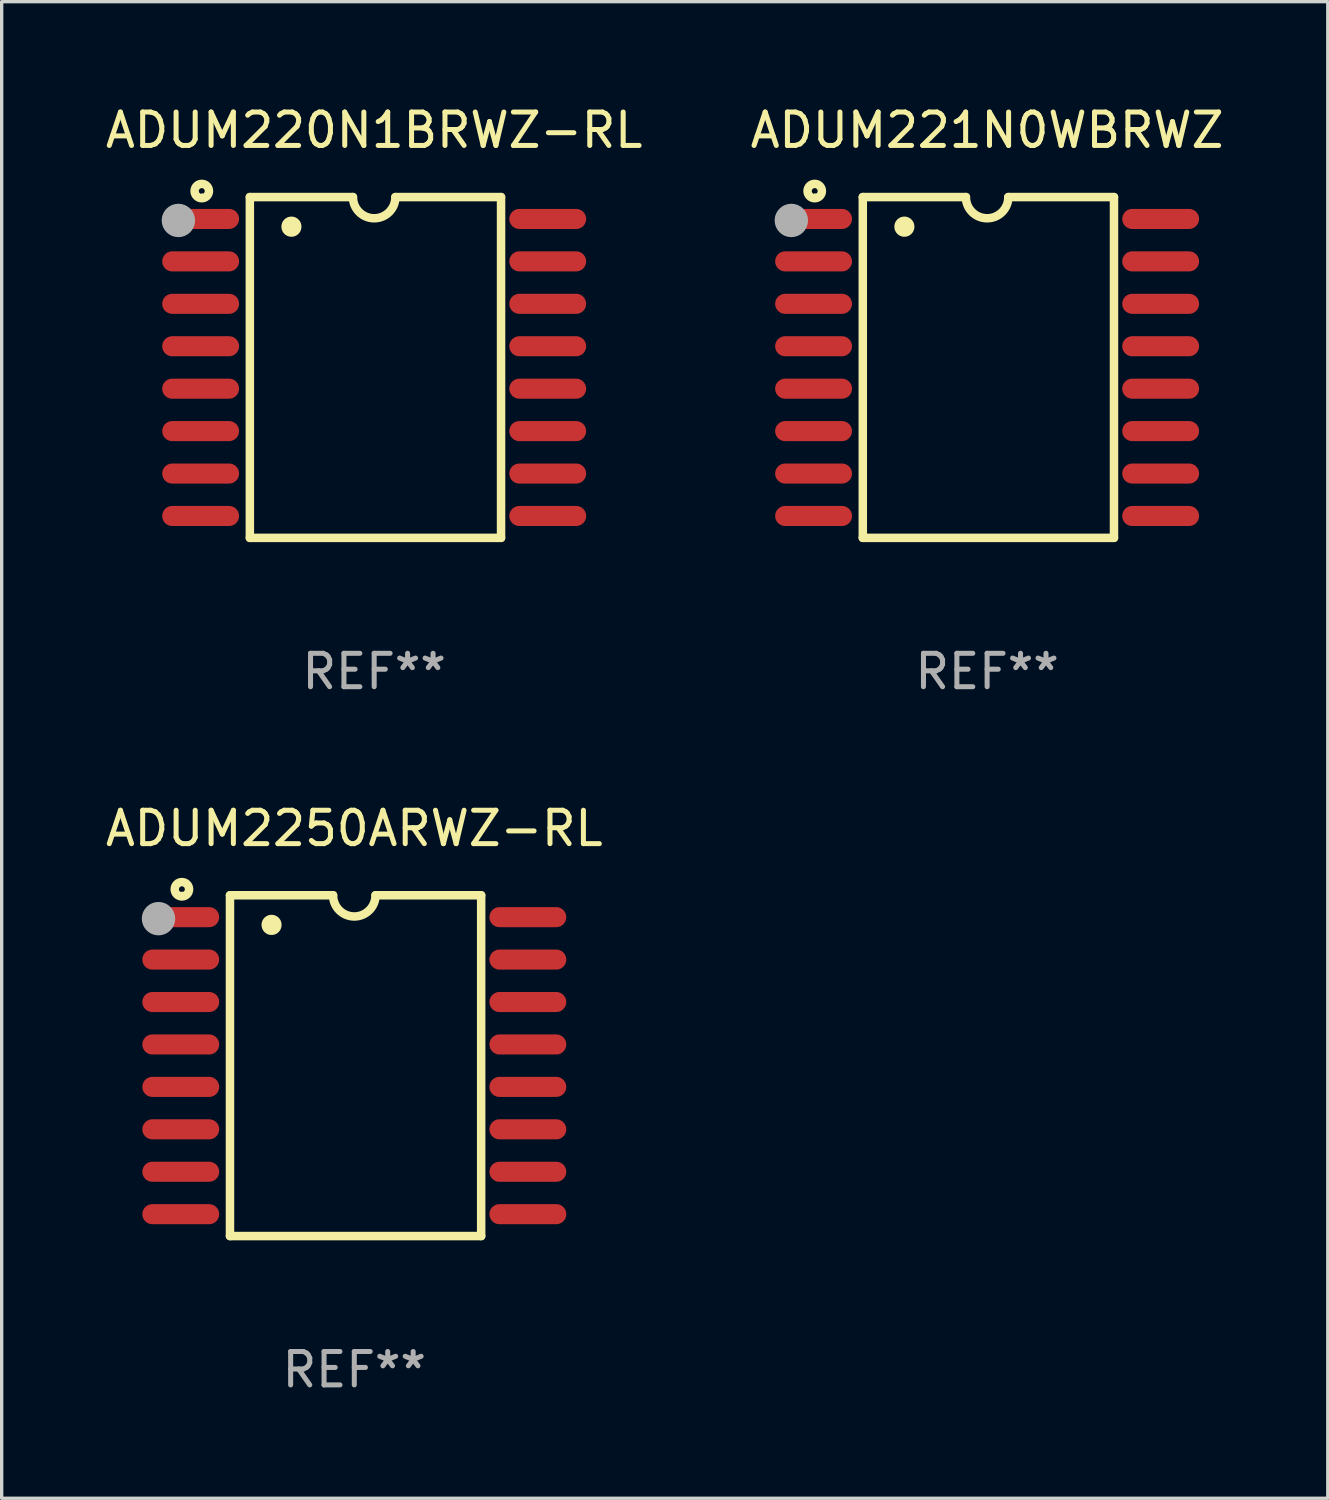
<source format=kicad_pcb>
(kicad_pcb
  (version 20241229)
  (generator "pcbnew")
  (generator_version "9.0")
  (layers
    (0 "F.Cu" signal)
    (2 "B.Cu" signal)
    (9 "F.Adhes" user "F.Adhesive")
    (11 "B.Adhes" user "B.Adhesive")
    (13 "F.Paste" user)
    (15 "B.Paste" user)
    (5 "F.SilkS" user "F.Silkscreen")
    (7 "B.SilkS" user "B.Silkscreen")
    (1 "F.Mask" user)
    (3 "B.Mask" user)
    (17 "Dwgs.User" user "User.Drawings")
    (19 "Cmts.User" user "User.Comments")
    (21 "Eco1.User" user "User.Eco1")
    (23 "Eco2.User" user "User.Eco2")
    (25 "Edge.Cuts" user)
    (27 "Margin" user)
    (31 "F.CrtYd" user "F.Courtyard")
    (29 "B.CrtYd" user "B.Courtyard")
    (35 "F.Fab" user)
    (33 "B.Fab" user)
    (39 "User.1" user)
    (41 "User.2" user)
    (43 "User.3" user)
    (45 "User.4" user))
  (footprint "ADUM221N0WBRWZ"
    (layer "F.Cu")
    (at 26.494 7.948)
    (property "Reference" "ADUM221N0WBRWZ" (at 0 -7.1 0) (layer "F.SilkS") (effects (font (size 1 1) (thickness 0.15))))
    (attr through_hole)
    (fp_line (start -3.721 -5.1) (end -3.721 5.1) (stroke (width 0.254) (type solid)) (layer "F.SilkS"))
    (fp_line (start -3.721 -5.1) (end -0.635 -5.1) (stroke (width 0.254) (type solid)) (layer "F.SilkS"))
    (fp_line (start -3.721 5.1) (end 3.797 5.1) (stroke (width 0.254) (type solid)) (layer "F.SilkS"))
    (fp_line (start 3.797 -5.1) (end 0.635 -5.1) (stroke (width 0.254) (type solid)) (layer "F.SilkS"))
    (fp_line (start 3.797 5.1) (end 3.797 -5.1) (stroke (width 0.254) (type solid)) (layer "F.SilkS"))
    (fp_arc (start -2.476556 -4.211328) (mid -2.476567 -4.213868) (end -2.476556 -4.216408) (stroke (width 0.6) (type solid)) (layer "F.SilkS"))
    (fp_arc (start 0.63495 -5.100076) (mid -0.000178 -4.465329) (end -0.635052 -5.10033) (stroke (width 0.254001) (type solid)) (layer "F.SilkS"))
    (fp_circle (center -5.16 -5.28) (end -4.945 -5.28) (stroke (width 0.254) (type solid)) (fill no) (layer "F.SilkS"))
    (fp_circle (center -5.15 -5.15) (end -5.12 -5.15) (stroke (width 0.06) (type solid)) (fill no) (layer "F.SilkS"))
    (fp_circle (center -5.86 -4.4) (end -5.61 -4.4) (stroke (width 0.5) (type solid)) (fill no) (layer "F.Fab"))
    (fp_text user "REF**" (at 0 9.1 0) (layer "F.Fab") (effects (font (size 1 1) (thickness 0.15))))
    (pad "1" smd oval (at -5.194 -4.445) (size 2.3 0.6) (layers "F.Cu" "F.Mask" "F.Paste"))
    (pad "2" smd oval (at -5.194 -3.175) (size 2.3 0.6) (layers "F.Cu" "F.Mask" "F.Paste"))
    (pad "3" smd oval (at -5.194 -1.905) (size 2.3 0.6) (layers "F.Cu" "F.Mask" "F.Paste"))
    (pad "4" smd oval (at -5.194 -0.635) (size 2.3 0.6) (layers "F.Cu" "F.Mask" "F.Paste"))
    (pad "5" smd oval (at -5.194 0.635) (size 2.3 0.6) (layers "F.Cu" "F.Mask" "F.Paste"))
    (pad "6" smd oval (at -5.194 1.905) (size 2.3 0.6) (layers "F.Cu" "F.Mask" "F.Paste"))
    (pad "7" smd oval (at -5.194 3.175) (size 2.3 0.6) (layers "F.Cu" "F.Mask" "F.Paste"))
    (pad "8" smd oval (at -5.194 4.445) (size 2.3 0.6) (layers "F.Cu" "F.Mask" "F.Paste"))
    (pad "9" smd oval (at 5.194 4.445) (size 2.3 0.6) (layers "F.Cu" "F.Mask" "F.Paste"))
    (pad "10" smd oval (at 5.194 3.175) (size 2.3 0.6) (layers "F.Cu" "F.Mask" "F.Paste"))
    (pad "11" smd oval (at 5.194 1.905) (size 2.3 0.6) (layers "F.Cu" "F.Mask" "F.Paste"))
    (pad "12" smd oval (at 5.194 0.635) (size 2.3 0.6) (layers "F.Cu" "F.Mask" "F.Paste"))
    (pad "13" smd oval (at 5.194 -0.635) (size 2.3 0.6) (layers "F.Cu" "F.Mask" "F.Paste"))
    (pad "14" smd oval (at 5.194 -1.905) (size 2.3 0.6) (layers "F.Cu" "F.Mask" "F.Paste"))
    (pad "15" smd oval (at 5.194 -3.175) (size 2.3 0.6) (layers "F.Cu" "F.Mask" "F.Paste"))
    (pad "16" smd oval (at 5.194 -4.445) (size 2.3 0.6) (layers "F.Cu" "F.Mask" "F.Paste")))
  (footprint "ADUM2250ARWZ-RL"
    (layer "F.Cu")
    (at 7.554 28.845)
    (property "Reference" "ADUM2250ARWZ-RL" (at 0 -7.1 0) (layer "F.SilkS") (effects (font (size 1 1) (thickness 0.15))))
    (attr through_hole)
    (fp_line (start -3.721 -5.1) (end -3.721 5.1) (stroke (width 0.254) (type solid)) (layer "F.SilkS"))
    (fp_line (start -3.721 -5.1) (end -0.635 -5.1) (stroke (width 0.254) (type solid)) (layer "F.SilkS"))
    (fp_line (start -3.721 5.1) (end 3.797 5.1) (stroke (width 0.254) (type solid)) (layer "F.SilkS"))
    (fp_line (start 3.797 -5.1) (end 0.635 -5.1) (stroke (width 0.254) (type solid)) (layer "F.SilkS"))
    (fp_line (start 3.797 5.1) (end 3.797 -5.1) (stroke (width 0.254) (type solid)) (layer "F.SilkS"))
    (fp_arc (start -2.476556 -4.211328) (mid -2.476567 -4.213868) (end -2.476556 -4.216408) (stroke (width 0.6) (type solid)) (layer "F.SilkS"))
    (fp_arc (start 0.63495 -5.100076) (mid -0.000178 -4.465329) (end -0.635052 -5.10033) (stroke (width 0.254001) (type solid)) (layer "F.SilkS"))
    (fp_circle (center -5.16 -5.28) (end -4.945 -5.28) (stroke (width 0.254) (type solid)) (fill no) (layer "F.SilkS"))
    (fp_circle (center -5.15 -5.15) (end -5.12 -5.15) (stroke (width 0.06) (type solid)) (fill no) (layer "F.SilkS"))
    (fp_circle (center -5.86 -4.4) (end -5.61 -4.4) (stroke (width 0.5) (type solid)) (fill no) (layer "F.Fab"))
    (fp_text user "REF**" (at 0 9.1 0) (layer "F.Fab") (effects (font (size 1 1) (thickness 0.15))))
    (pad "1" smd oval (at -5.194 -4.445) (size 2.3 0.6) (layers "F.Cu" "F.Mask" "F.Paste"))
    (pad "2" smd oval (at -5.194 -3.175) (size 2.3 0.6) (layers "F.Cu" "F.Mask" "F.Paste"))
    (pad "3" smd oval (at -5.194 -1.905) (size 2.3 0.6) (layers "F.Cu" "F.Mask" "F.Paste"))
    (pad "4" smd oval (at -5.194 -0.635) (size 2.3 0.6) (layers "F.Cu" "F.Mask" "F.Paste"))
    (pad "5" smd oval (at -5.194 0.635) (size 2.3 0.6) (layers "F.Cu" "F.Mask" "F.Paste"))
    (pad "6" smd oval (at -5.194 1.905) (size 2.3 0.6) (layers "F.Cu" "F.Mask" "F.Paste"))
    (pad "7" smd oval (at -5.194 3.175) (size 2.3 0.6) (layers "F.Cu" "F.Mask" "F.Paste"))
    (pad "8" smd oval (at -5.194 4.445) (size 2.3 0.6) (layers "F.Cu" "F.Mask" "F.Paste"))
    (pad "9" smd oval (at 5.194 4.445) (size 2.3 0.6) (layers "F.Cu" "F.Mask" "F.Paste"))
    (pad "10" smd oval (at 5.194 3.175) (size 2.3 0.6) (layers "F.Cu" "F.Mask" "F.Paste"))
    (pad "11" smd oval (at 5.194 1.905) (size 2.3 0.6) (layers "F.Cu" "F.Mask" "F.Paste"))
    (pad "12" smd oval (at 5.194 0.635) (size 2.3 0.6) (layers "F.Cu" "F.Mask" "F.Paste"))
    (pad "13" smd oval (at 5.194 -0.635) (size 2.3 0.6) (layers "F.Cu" "F.Mask" "F.Paste"))
    (pad "14" smd oval (at 5.194 -1.905) (size 2.3 0.6) (layers "F.Cu" "F.Mask" "F.Paste"))
    (pad "15" smd oval (at 5.194 -3.175) (size 2.3 0.6) (layers "F.Cu" "F.Mask" "F.Paste"))
    (pad "16" smd oval (at 5.194 -4.445) (size 2.3 0.6) (layers "F.Cu" "F.Mask" "F.Paste")))
  (footprint "ADUM220N1BRWZ-RL"
    (layer "F.Cu")
    (at 8.149 7.948)
    (property "Reference" "ADUM220N1BRWZ-RL" (at 0 -7.1 0) (layer "F.SilkS") (effects (font (size 1 1) (thickness 0.15))))
    (attr through_hole)
    (fp_line (start -3.721 -5.1) (end -3.721 5.1) (stroke (width 0.254) (type solid)) (layer "F.SilkS"))
    (fp_line (start -3.721 -5.1) (end -0.635 -5.1) (stroke (width 0.254) (type solid)) (layer "F.SilkS"))
    (fp_line (start -3.721 5.1) (end 3.797 5.1) (stroke (width 0.254) (type solid)) (layer "F.SilkS"))
    (fp_line (start 3.797 -5.1) (end 0.635 -5.1) (stroke (width 0.254) (type solid)) (layer "F.SilkS"))
    (fp_line (start 3.797 5.1) (end 3.797 -5.1) (stroke (width 0.254) (type solid)) (layer "F.SilkS"))
    (fp_arc (start -2.476556 -4.211328) (mid -2.476567 -4.213868) (end -2.476556 -4.216408) (stroke (width 0.6) (type solid)) (layer "F.SilkS"))
    (fp_arc (start 0.63495 -5.100076) (mid -0.000178 -4.465329) (end -0.635052 -5.10033) (stroke (width 0.254001) (type solid)) (layer "F.SilkS"))
    (fp_circle (center -5.16 -5.28) (end -4.945 -5.28) (stroke (width 0.254) (type solid)) (fill no) (layer "F.SilkS"))
    (fp_circle (center -5.15 -5.15) (end -5.12 -5.15) (stroke (width 0.06) (type solid)) (fill no) (layer "F.SilkS"))
    (fp_circle (center -5.86 -4.4) (end -5.61 -4.4) (stroke (width 0.5) (type solid)) (fill no) (layer "F.Fab"))
    (fp_text user "REF**" (at 0 9.1 0) (layer "F.Fab") (effects (font (size 1 1) (thickness 0.15))))
    (pad "1" smd oval (at -5.194 -4.445) (size 2.3 0.6) (layers "F.Cu" "F.Mask" "F.Paste"))
    (pad "2" smd oval (at -5.194 -3.175) (size 2.3 0.6) (layers "F.Cu" "F.Mask" "F.Paste"))
    (pad "3" smd oval (at -5.194 -1.905) (size 2.3 0.6) (layers "F.Cu" "F.Mask" "F.Paste"))
    (pad "4" smd oval (at -5.194 -0.635) (size 2.3 0.6) (layers "F.Cu" "F.Mask" "F.Paste"))
    (pad "5" smd oval (at -5.194 0.635) (size 2.3 0.6) (layers "F.Cu" "F.Mask" "F.Paste"))
    (pad "6" smd oval (at -5.194 1.905) (size 2.3 0.6) (layers "F.Cu" "F.Mask" "F.Paste"))
    (pad "7" smd oval (at -5.194 3.175) (size 2.3 0.6) (layers "F.Cu" "F.Mask" "F.Paste"))
    (pad "8" smd oval (at -5.194 4.445) (size 2.3 0.6) (layers "F.Cu" "F.Mask" "F.Paste"))
    (pad "9" smd oval (at 5.194 4.445) (size 2.3 0.6) (layers "F.Cu" "F.Mask" "F.Paste"))
    (pad "10" smd oval (at 5.194 3.175) (size 2.3 0.6) (layers "F.Cu" "F.Mask" "F.Paste"))
    (pad "11" smd oval (at 5.194 1.905) (size 2.3 0.6) (layers "F.Cu" "F.Mask" "F.Paste"))
    (pad "12" smd oval (at 5.194 0.635) (size 2.3 0.6) (layers "F.Cu" "F.Mask" "F.Paste"))
    (pad "13" smd oval (at 5.194 -0.635) (size 2.3 0.6) (layers "F.Cu" "F.Mask" "F.Paste"))
    (pad "14" smd oval (at 5.194 -1.905) (size 2.3 0.6) (layers "F.Cu" "F.Mask" "F.Paste"))
    (pad "15" smd oval (at 5.194 -3.175) (size 2.3 0.6) (layers "F.Cu" "F.Mask" "F.Paste"))
    (pad "16" smd oval (at 5.194 -4.445) (size 2.3 0.6) (layers "F.Cu" "F.Mask" "F.Paste")))
  (gr_rect
    (start -3 -3)
    (end 36.69 41.793)
    (stroke (width 0.1) (type default))
    (fill no)
    (layer "Edge.Cuts")))
</source>
